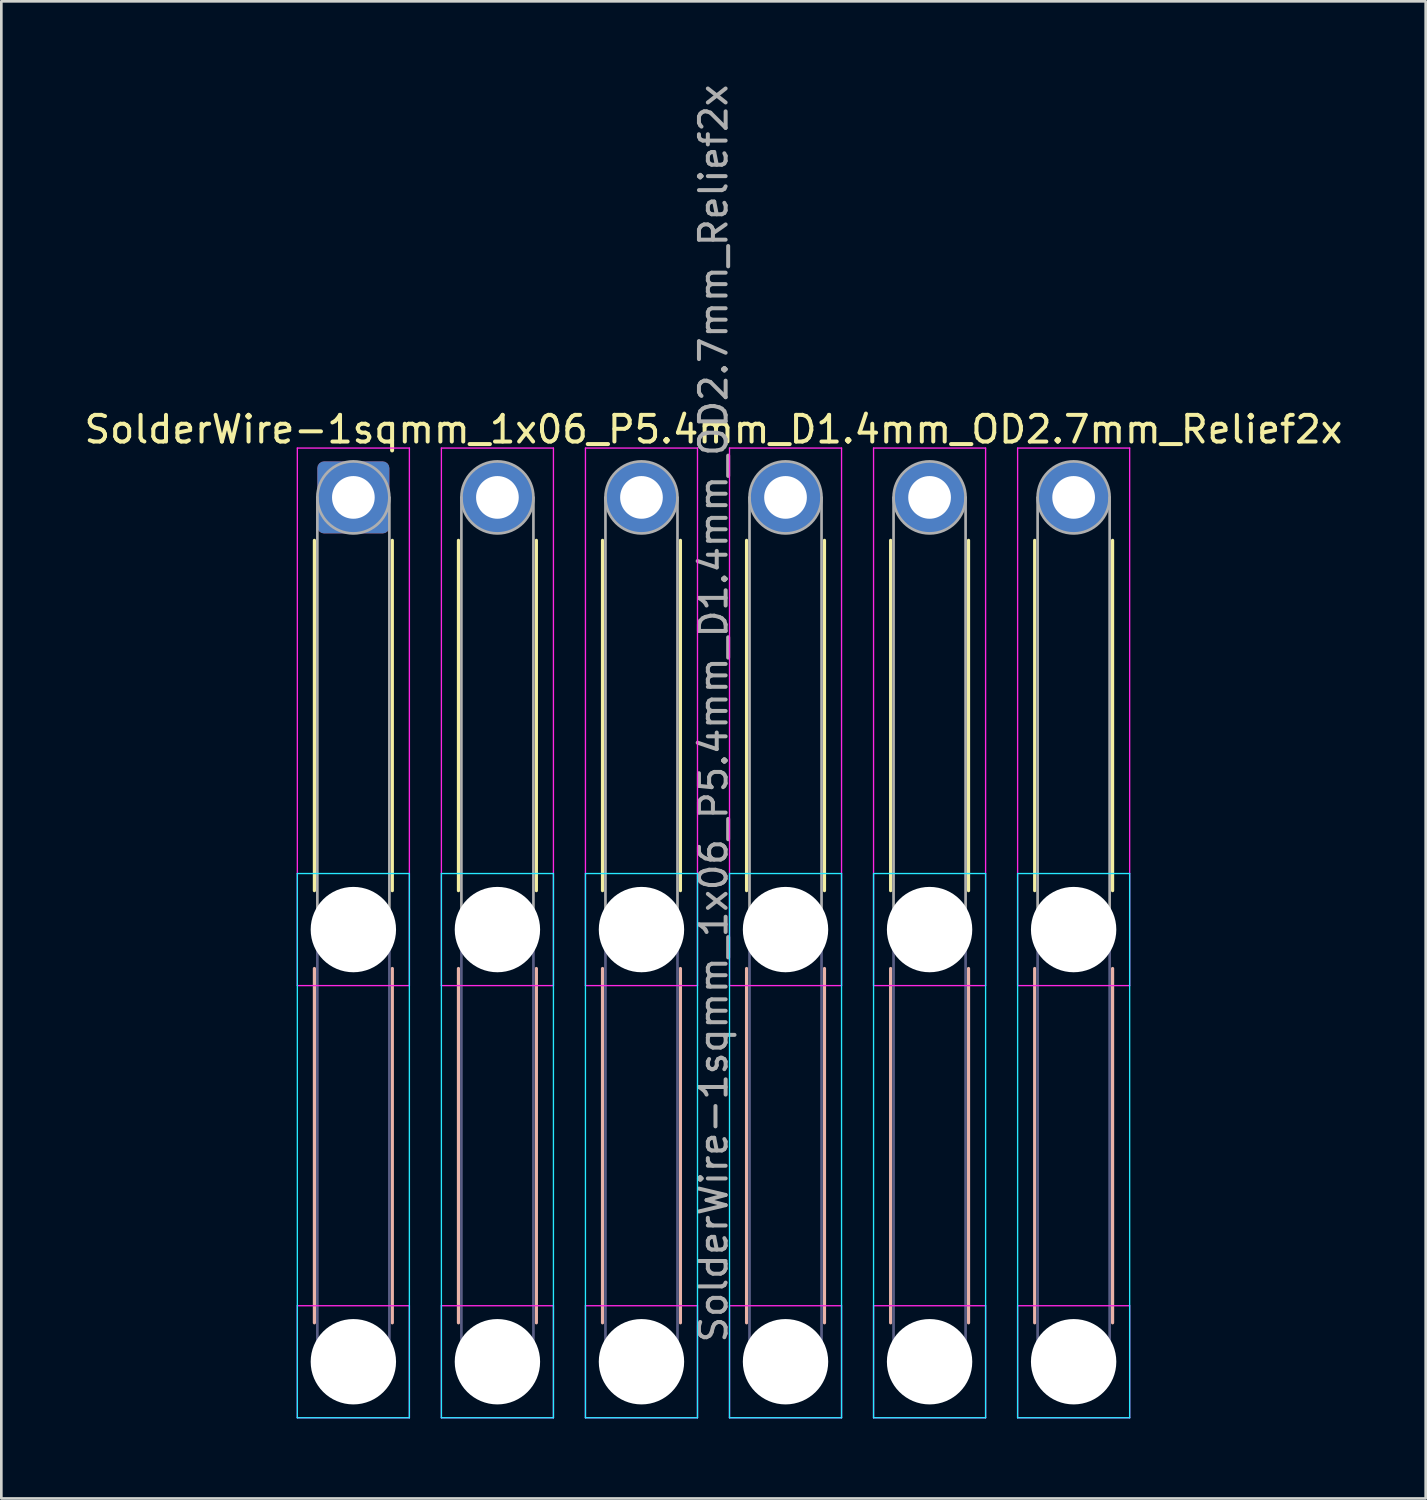
<source format=kicad_pcb>
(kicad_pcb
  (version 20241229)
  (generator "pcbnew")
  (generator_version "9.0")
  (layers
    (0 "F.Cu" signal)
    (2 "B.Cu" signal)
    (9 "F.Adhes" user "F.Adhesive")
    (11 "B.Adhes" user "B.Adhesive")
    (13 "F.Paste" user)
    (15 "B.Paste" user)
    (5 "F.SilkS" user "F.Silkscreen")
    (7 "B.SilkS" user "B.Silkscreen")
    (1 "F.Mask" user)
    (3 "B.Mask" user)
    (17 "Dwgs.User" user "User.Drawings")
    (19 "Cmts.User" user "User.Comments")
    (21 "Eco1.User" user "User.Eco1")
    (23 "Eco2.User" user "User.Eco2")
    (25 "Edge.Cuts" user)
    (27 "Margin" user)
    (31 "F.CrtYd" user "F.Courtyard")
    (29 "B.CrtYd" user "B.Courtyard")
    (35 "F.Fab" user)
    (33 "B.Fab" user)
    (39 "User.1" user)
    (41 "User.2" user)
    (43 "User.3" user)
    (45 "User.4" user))
  (footprint "SolderWire-1sqmm_1x06_P5.4mm_D1.4mm_OD2.7mm_Relief2x"
    (layer "F.Cu")
    (at 10.196 15.596)
    (property "Reference" "SolderWire-1sqmm_1x06_P5.4mm_D1.4mm_OD2.7mm_Relief2x" (at 13.5 -2.55 0) (layer "F.SilkS") (effects (font (size 1 1) (thickness 0.15))))
    (attr exclude_from_pos_files exclude_from_bom)
    (fp_line (start -1.46 1.61) (end -1.46 14.74) (stroke (width 0.12) (type solid)) (layer "F.SilkS"))
    (fp_line (start 1.46 1.61) (end 1.46 14.74) (stroke (width 0.12) (type solid)) (layer "F.SilkS"))
    (fp_line (start 3.94 1.61) (end 3.94 14.74) (stroke (width 0.12) (type solid)) (layer "F.SilkS"))
    (fp_line (start 6.86 1.61) (end 6.86 14.74) (stroke (width 0.12) (type solid)) (layer "F.SilkS"))
    (fp_line (start 9.34 1.61) (end 9.34 14.74) (stroke (width 0.12) (type solid)) (layer "F.SilkS"))
    (fp_line (start 12.26 1.61) (end 12.26 14.74) (stroke (width 0.12) (type solid)) (layer "F.SilkS"))
    (fp_line (start 14.74 1.61) (end 14.74 14.74) (stroke (width 0.12) (type solid)) (layer "F.SilkS"))
    (fp_line (start 17.66 1.61) (end 17.66 14.74) (stroke (width 0.12) (type solid)) (layer "F.SilkS"))
    (fp_line (start 20.14 1.61) (end 20.14 14.74) (stroke (width 0.12) (type solid)) (layer "F.SilkS"))
    (fp_line (start 23.06 1.61) (end 23.06 14.74) (stroke (width 0.12) (type solid)) (layer "F.SilkS"))
    (fp_line (start 25.54 1.61) (end 25.54 14.74) (stroke (width 0.12) (type solid)) (layer "F.SilkS"))
    (fp_line (start 28.46 1.61) (end 28.46 14.74) (stroke (width 0.12) (type solid)) (layer "F.SilkS"))
    (fp_line (start -1.46 17.66) (end -1.46 30.94) (stroke (width 0.12) (type solid)) (layer "B.SilkS"))
    (fp_line (start 1.46 17.66) (end 1.46 30.94) (stroke (width 0.12) (type solid)) (layer "B.SilkS"))
    (fp_line (start 3.94 17.66) (end 3.94 30.94) (stroke (width 0.12) (type solid)) (layer "B.SilkS"))
    (fp_line (start 6.86 17.66) (end 6.86 30.94) (stroke (width 0.12) (type solid)) (layer "B.SilkS"))
    (fp_line (start 9.34 17.66) (end 9.34 30.94) (stroke (width 0.12) (type solid)) (layer "B.SilkS"))
    (fp_line (start 12.26 17.66) (end 12.26 30.94) (stroke (width 0.12) (type solid)) (layer "B.SilkS"))
    (fp_line (start 14.74 17.66) (end 14.74 30.94) (stroke (width 0.12) (type solid)) (layer "B.SilkS"))
    (fp_line (start 17.66 17.66) (end 17.66 30.94) (stroke (width 0.12) (type solid)) (layer "B.SilkS"))
    (fp_line (start 20.14 17.66) (end 20.14 30.94) (stroke (width 0.12) (type solid)) (layer "B.SilkS"))
    (fp_line (start 23.06 17.66) (end 23.06 30.94) (stroke (width 0.12) (type solid)) (layer "B.SilkS"))
    (fp_line (start 25.54 17.66) (end 25.54 30.94) (stroke (width 0.12) (type solid)) (layer "B.SilkS"))
    (fp_line (start 28.46 17.66) (end 28.46 30.94) (stroke (width 0.12) (type solid)) (layer "B.SilkS"))
    (fp_line (start -2.1 14.1) (end -2.1 34.5) (stroke (width 0.05) (type solid)) (layer "B.CrtYd"))
    (fp_line (start -2.1 34.5) (end 2.1 34.5) (stroke (width 0.05) (type solid)) (layer "B.CrtYd"))
    (fp_line (start 2.1 14.1) (end -2.1 14.1) (stroke (width 0.05) (type solid)) (layer "B.CrtYd"))
    (fp_line (start 2.1 34.5) (end 2.1 14.1) (stroke (width 0.05) (type solid)) (layer "B.CrtYd"))
    (fp_line (start 3.3 14.1) (end 3.3 34.5) (stroke (width 0.05) (type solid)) (layer "B.CrtYd"))
    (fp_line (start 3.3 34.5) (end 7.5 34.5) (stroke (width 0.05) (type solid)) (layer "B.CrtYd"))
    (fp_line (start 7.5 14.1) (end 3.3 14.1) (stroke (width 0.05) (type solid)) (layer "B.CrtYd"))
    (fp_line (start 7.5 34.5) (end 7.5 14.1) (stroke (width 0.05) (type solid)) (layer "B.CrtYd"))
    (fp_line (start 8.7 14.1) (end 8.7 34.5) (stroke (width 0.05) (type solid)) (layer "B.CrtYd"))
    (fp_line (start 8.7 34.5) (end 12.9 34.5) (stroke (width 0.05) (type solid)) (layer "B.CrtYd"))
    (fp_line (start 12.9 14.1) (end 8.7 14.1) (stroke (width 0.05) (type solid)) (layer "B.CrtYd"))
    (fp_line (start 12.9 34.5) (end 12.9 14.1) (stroke (width 0.05) (type solid)) (layer "B.CrtYd"))
    (fp_line (start 14.1 14.1) (end 14.1 34.5) (stroke (width 0.05) (type solid)) (layer "B.CrtYd"))
    (fp_line (start 14.1 34.5) (end 18.3 34.5) (stroke (width 0.05) (type solid)) (layer "B.CrtYd"))
    (fp_line (start 18.3 14.1) (end 14.1 14.1) (stroke (width 0.05) (type solid)) (layer "B.CrtYd"))
    (fp_line (start 18.3 34.5) (end 18.3 14.1) (stroke (width 0.05) (type solid)) (layer "B.CrtYd"))
    (fp_line (start 19.5 14.1) (end 19.5 34.5) (stroke (width 0.05) (type solid)) (layer "B.CrtYd"))
    (fp_line (start 19.5 34.5) (end 23.7 34.5) (stroke (width 0.05) (type solid)) (layer "B.CrtYd"))
    (fp_line (start 23.7 14.1) (end 19.5 14.1) (stroke (width 0.05) (type solid)) (layer "B.CrtYd"))
    (fp_line (start 23.7 34.5) (end 23.7 14.1) (stroke (width 0.05) (type solid)) (layer "B.CrtYd"))
    (fp_line (start 24.9 14.1) (end 24.9 34.5) (stroke (width 0.05) (type solid)) (layer "B.CrtYd"))
    (fp_line (start 24.9 34.5) (end 29.1 34.5) (stroke (width 0.05) (type solid)) (layer "B.CrtYd"))
    (fp_line (start 29.1 14.1) (end 24.9 14.1) (stroke (width 0.05) (type solid)) (layer "B.CrtYd"))
    (fp_line (start 29.1 34.5) (end 29.1 14.1) (stroke (width 0.05) (type solid)) (layer "B.CrtYd"))
    (fp_line (start -2.1 -1.85) (end -2.1 18.3) (stroke (width 0.05) (type solid)) (layer "F.CrtYd"))
    (fp_line (start -2.1 18.3) (end 2.1 18.3) (stroke (width 0.05) (type solid)) (layer "F.CrtYd"))
    (fp_line (start -2.1 30.3) (end -2.1 34.5) (stroke (width 0.05) (type solid)) (layer "F.CrtYd"))
    (fp_line (start -2.1 34.5) (end 2.1 34.5) (stroke (width 0.05) (type solid)) (layer "F.CrtYd"))
    (fp_line (start 2.1 -1.85) (end -2.1 -1.85) (stroke (width 0.05) (type solid)) (layer "F.CrtYd"))
    (fp_line (start 2.1 18.3) (end 2.1 -1.85) (stroke (width 0.05) (type solid)) (layer "F.CrtYd"))
    (fp_line (start 2.1 30.3) (end -2.1 30.3) (stroke (width 0.05) (type solid)) (layer "F.CrtYd"))
    (fp_line (start 2.1 34.5) (end 2.1 30.3) (stroke (width 0.05) (type solid)) (layer "F.CrtYd"))
    (fp_line (start 3.3 -1.85) (end 3.3 18.3) (stroke (width 0.05) (type solid)) (layer "F.CrtYd"))
    (fp_line (start 3.3 18.3) (end 7.5 18.3) (stroke (width 0.05) (type solid)) (layer "F.CrtYd"))
    (fp_line (start 3.3 30.3) (end 3.3 34.5) (stroke (width 0.05) (type solid)) (layer "F.CrtYd"))
    (fp_line (start 3.3 34.5) (end 7.5 34.5) (stroke (width 0.05) (type solid)) (layer "F.CrtYd"))
    (fp_line (start 7.5 -1.85) (end 3.3 -1.85) (stroke (width 0.05) (type solid)) (layer "F.CrtYd"))
    (fp_line (start 7.5 18.3) (end 7.5 -1.85) (stroke (width 0.05) (type solid)) (layer "F.CrtYd"))
    (fp_line (start 7.5 30.3) (end 3.3 30.3) (stroke (width 0.05) (type solid)) (layer "F.CrtYd"))
    (fp_line (start 7.5 34.5) (end 7.5 30.3) (stroke (width 0.05) (type solid)) (layer "F.CrtYd"))
    (fp_line (start 8.7 -1.85) (end 8.7 18.3) (stroke (width 0.05) (type solid)) (layer "F.CrtYd"))
    (fp_line (start 8.7 18.3) (end 12.9 18.3) (stroke (width 0.05) (type solid)) (layer "F.CrtYd"))
    (fp_line (start 8.7 30.3) (end 8.7 34.5) (stroke (width 0.05) (type solid)) (layer "F.CrtYd"))
    (fp_line (start 8.7 34.5) (end 12.9 34.5) (stroke (width 0.05) (type solid)) (layer "F.CrtYd"))
    (fp_line (start 12.9 -1.85) (end 8.7 -1.85) (stroke (width 0.05) (type solid)) (layer "F.CrtYd"))
    (fp_line (start 12.9 18.3) (end 12.9 -1.85) (stroke (width 0.05) (type solid)) (layer "F.CrtYd"))
    (fp_line (start 12.9 30.3) (end 8.7 30.3) (stroke (width 0.05) (type solid)) (layer "F.CrtYd"))
    (fp_line (start 12.9 34.5) (end 12.9 30.3) (stroke (width 0.05) (type solid)) (layer "F.CrtYd"))
    (fp_line (start 14.1 -1.85) (end 14.1 18.3) (stroke (width 0.05) (type solid)) (layer "F.CrtYd"))
    (fp_line (start 14.1 18.3) (end 18.3 18.3) (stroke (width 0.05) (type solid)) (layer "F.CrtYd"))
    (fp_line (start 14.1 30.3) (end 14.1 34.5) (stroke (width 0.05) (type solid)) (layer "F.CrtYd"))
    (fp_line (start 14.1 34.5) (end 18.3 34.5) (stroke (width 0.05) (type solid)) (layer "F.CrtYd"))
    (fp_line (start 18.3 -1.85) (end 14.1 -1.85) (stroke (width 0.05) (type solid)) (layer "F.CrtYd"))
    (fp_line (start 18.3 18.3) (end 18.3 -1.85) (stroke (width 0.05) (type solid)) (layer "F.CrtYd"))
    (fp_line (start 18.3 30.3) (end 14.1 30.3) (stroke (width 0.05) (type solid)) (layer "F.CrtYd"))
    (fp_line (start 18.3 34.5) (end 18.3 30.3) (stroke (width 0.05) (type solid)) (layer "F.CrtYd"))
    (fp_line (start 19.5 -1.85) (end 19.5 18.3) (stroke (width 0.05) (type solid)) (layer "F.CrtYd"))
    (fp_line (start 19.5 18.3) (end 23.7 18.3) (stroke (width 0.05) (type solid)) (layer "F.CrtYd"))
    (fp_line (start 19.5 30.3) (end 19.5 34.5) (stroke (width 0.05) (type solid)) (layer "F.CrtYd"))
    (fp_line (start 19.5 34.5) (end 23.7 34.5) (stroke (width 0.05) (type solid)) (layer "F.CrtYd"))
    (fp_line (start 23.7 -1.85) (end 19.5 -1.85) (stroke (width 0.05) (type solid)) (layer "F.CrtYd"))
    (fp_line (start 23.7 18.3) (end 23.7 -1.85) (stroke (width 0.05) (type solid)) (layer "F.CrtYd"))
    (fp_line (start 23.7 30.3) (end 19.5 30.3) (stroke (width 0.05) (type solid)) (layer "F.CrtYd"))
    (fp_line (start 23.7 34.5) (end 23.7 30.3) (stroke (width 0.05) (type solid)) (layer "F.CrtYd"))
    (fp_line (start 24.9 -1.85) (end 24.9 18.3) (stroke (width 0.05) (type solid)) (layer "F.CrtYd"))
    (fp_line (start 24.9 18.3) (end 29.1 18.3) (stroke (width 0.05) (type solid)) (layer "F.CrtYd"))
    (fp_line (start 24.9 30.3) (end 24.9 34.5) (stroke (width 0.05) (type solid)) (layer "F.CrtYd"))
    (fp_line (start 24.9 34.5) (end 29.1 34.5) (stroke (width 0.05) (type solid)) (layer "F.CrtYd"))
    (fp_line (start 29.1 -1.85) (end 24.9 -1.85) (stroke (width 0.05) (type solid)) (layer "F.CrtYd"))
    (fp_line (start 29.1 18.3) (end 29.1 -1.85) (stroke (width 0.05) (type solid)) (layer "F.CrtYd"))
    (fp_line (start 29.1 30.3) (end 24.9 30.3) (stroke (width 0.05) (type solid)) (layer "F.CrtYd"))
    (fp_line (start 29.1 34.5) (end 29.1 30.3) (stroke (width 0.05) (type solid)) (layer "F.CrtYd"))
    (fp_line (start -1.35 16.2) (end -1.35 32.4) (stroke (width 0.1) (type solid)) (layer "B.Fab"))
    (fp_line (start 1.35 16.2) (end 1.35 32.4) (stroke (width 0.1) (type solid)) (layer "B.Fab"))
    (fp_line (start 4.05 16.2) (end 4.05 32.4) (stroke (width 0.1) (type solid)) (layer "B.Fab"))
    (fp_line (start 6.75 16.2) (end 6.75 32.4) (stroke (width 0.1) (type solid)) (layer "B.Fab"))
    (fp_line (start 9.45 16.2) (end 9.45 32.4) (stroke (width 0.1) (type solid)) (layer "B.Fab"))
    (fp_line (start 12.15 16.2) (end 12.15 32.4) (stroke (width 0.1) (type solid)) (layer "B.Fab"))
    (fp_line (start 14.85 16.2) (end 14.85 32.4) (stroke (width 0.1) (type solid)) (layer "B.Fab"))
    (fp_line (start 17.55 16.2) (end 17.55 32.4) (stroke (width 0.1) (type solid)) (layer "B.Fab"))
    (fp_line (start 20.25 16.2) (end 20.25 32.4) (stroke (width 0.1) (type solid)) (layer "B.Fab"))
    (fp_line (start 22.95 16.2) (end 22.95 32.4) (stroke (width 0.1) (type solid)) (layer "B.Fab"))
    (fp_line (start 25.65 16.2) (end 25.65 32.4) (stroke (width 0.1) (type solid)) (layer "B.Fab"))
    (fp_line (start 28.35 16.2) (end 28.35 32.4) (stroke (width 0.1) (type solid)) (layer "B.Fab"))
    (fp_circle (center 0 16.2) (end 1.35 16.2) (stroke (width 0.1) (type solid)) (fill no) (layer "B.Fab"))
    (fp_circle (center 0 32.4) (end 1.35 32.4) (stroke (width 0.1) (type solid)) (fill no) (layer "B.Fab"))
    (fp_circle (center 5.4 16.2) (end 6.75 16.2) (stroke (width 0.1) (type solid)) (fill no) (layer "B.Fab"))
    (fp_circle (center 5.4 32.4) (end 6.75 32.4) (stroke (width 0.1) (type solid)) (fill no) (layer "B.Fab"))
    (fp_circle (center 10.8 16.2) (end 12.15 16.2) (stroke (width 0.1) (type solid)) (fill no) (layer "B.Fab"))
    (fp_circle (center 10.8 32.4) (end 12.15 32.4) (stroke (width 0.1) (type solid)) (fill no) (layer "B.Fab"))
    (fp_circle (center 16.2 16.2) (end 17.55 16.2) (stroke (width 0.1) (type solid)) (fill no) (layer "B.Fab"))
    (fp_circle (center 16.2 32.4) (end 17.55 32.4) (stroke (width 0.1) (type solid)) (fill no) (layer "B.Fab"))
    (fp_circle (center 21.6 16.2) (end 22.95 16.2) (stroke (width 0.1) (type solid)) (fill no) (layer "B.Fab"))
    (fp_circle (center 21.6 32.4) (end 22.95 32.4) (stroke (width 0.1) (type solid)) (fill no) (layer "B.Fab"))
    (fp_circle (center 27 16.2) (end 28.35 16.2) (stroke (width 0.1) (type solid)) (fill no) (layer "B.Fab"))
    (fp_circle (center 27 32.4) (end 28.35 32.4) (stroke (width 0.1) (type solid)) (fill no) (layer "B.Fab"))
    (fp_line (start -1.35 0) (end -1.35 16.2) (stroke (width 0.1) (type solid)) (layer "F.Fab"))
    (fp_line (start 1.35 0) (end 1.35 16.2) (stroke (width 0.1) (type solid)) (layer "F.Fab"))
    (fp_line (start 4.05 0) (end 4.05 16.2) (stroke (width 0.1) (type solid)) (layer "F.Fab"))
    (fp_line (start 6.75 0) (end 6.75 16.2) (stroke (width 0.1) (type solid)) (layer "F.Fab"))
    (fp_line (start 9.45 0) (end 9.45 16.2) (stroke (width 0.1) (type solid)) (layer "F.Fab"))
    (fp_line (start 12.15 0) (end 12.15 16.2) (stroke (width 0.1) (type solid)) (layer "F.Fab"))
    (fp_line (start 14.85 0) (end 14.85 16.2) (stroke (width 0.1) (type solid)) (layer "F.Fab"))
    (fp_line (start 17.55 0) (end 17.55 16.2) (stroke (width 0.1) (type solid)) (layer "F.Fab"))
    (fp_line (start 20.25 0) (end 20.25 16.2) (stroke (width 0.1) (type solid)) (layer "F.Fab"))
    (fp_line (start 22.95 0) (end 22.95 16.2) (stroke (width 0.1) (type solid)) (layer "F.Fab"))
    (fp_line (start 25.65 0) (end 25.65 16.2) (stroke (width 0.1) (type solid)) (layer "F.Fab"))
    (fp_line (start 28.35 0) (end 28.35 16.2) (stroke (width 0.1) (type solid)) (layer "F.Fab"))
    (fp_circle (center 0 0) (end 1.35 0) (stroke (width 0.1) (type solid)) (fill no) (layer "F.Fab"))
    (fp_circle (center 0 16.2) (end 1.35 16.2) (stroke (width 0.1) (type solid)) (fill no) (layer "F.Fab"))
    (fp_circle (center 0 32.4) (end 1.35 32.4) (stroke (width 0.1) (type solid)) (fill no) (layer "F.Fab"))
    (fp_circle (center 5.4 0) (end 6.75 0) (stroke (width 0.1) (type solid)) (fill no) (layer "F.Fab"))
    (fp_circle (center 5.4 16.2) (end 6.75 16.2) (stroke (width 0.1) (type solid)) (fill no) (layer "F.Fab"))
    (fp_circle (center 5.4 32.4) (end 6.75 32.4) (stroke (width 0.1) (type solid)) (fill no) (layer "F.Fab"))
    (fp_circle (center 10.8 0) (end 12.15 0) (stroke (width 0.1) (type solid)) (fill no) (layer "F.Fab"))
    (fp_circle (center 10.8 16.2) (end 12.15 16.2) (stroke (width 0.1) (type solid)) (fill no) (layer "F.Fab"))
    (fp_circle (center 10.8 32.4) (end 12.15 32.4) (stroke (width 0.1) (type solid)) (fill no) (layer "F.Fab"))
    (fp_circle (center 16.2 0) (end 17.55 0) (stroke (width 0.1) (type solid)) (fill no) (layer "F.Fab"))
    (fp_circle (center 16.2 16.2) (end 17.55 16.2) (stroke (width 0.1) (type solid)) (fill no) (layer "F.Fab"))
    (fp_circle (center 16.2 32.4) (end 17.55 32.4) (stroke (width 0.1) (type solid)) (fill no) (layer "F.Fab"))
    (fp_circle (center 21.6 0) (end 22.95 0) (stroke (width 0.1) (type solid)) (fill no) (layer "F.Fab"))
    (fp_circle (center 21.6 16.2) (end 22.95 16.2) (stroke (width 0.1) (type solid)) (fill no) (layer "F.Fab"))
    (fp_circle (center 21.6 32.4) (end 22.95 32.4) (stroke (width 0.1) (type solid)) (fill no) (layer "F.Fab"))
    (fp_circle (center 27 0) (end 28.35 0) (stroke (width 0.1) (type solid)) (fill no) (layer "F.Fab"))
    (fp_circle (center 27 16.2) (end 28.35 16.2) (stroke (width 0.1) (type solid)) (fill no) (layer "F.Fab"))
    (fp_circle (center 27 32.4) (end 28.35 32.4) (stroke (width 0.1) (type solid)) (fill no) (layer "F.Fab"))
    (fp_text user "${REFERENCE}" (at 13.5 8.1 90) (layer "F.Fab") (effects (font (size 1 1) (thickness 0.15))))
    (pad "" np_thru_hole circle (at 0 16.2) (size 3.2 3.2) (drill 3.2) (layers "*.Cu" "*.Mask"))
    (pad "" np_thru_hole circle (at 0 32.4) (size 3.2 3.2) (drill 3.2) (layers "*.Cu" "*.Mask"))
    (pad "" np_thru_hole circle (at 5.4 16.2) (size 3.2 3.2) (drill 3.2) (layers "*.Cu" "*.Mask"))
    (pad "" np_thru_hole circle (at 5.4 32.4) (size 3.2 3.2) (drill 3.2) (layers "*.Cu" "*.Mask"))
    (pad "" np_thru_hole circle (at 10.8 16.2) (size 3.2 3.2) (drill 3.2) (layers "*.Cu" "*.Mask"))
    (pad "" np_thru_hole circle (at 10.8 32.4) (size 3.2 3.2) (drill 3.2) (layers "*.Cu" "*.Mask"))
    (pad "" np_thru_hole circle (at 16.2 16.2) (size 3.2 3.2) (drill 3.2) (layers "*.Cu" "*.Mask"))
    (pad "" np_thru_hole circle (at 16.2 32.4) (size 3.2 3.2) (drill 3.2) (layers "*.Cu" "*.Mask"))
    (pad "" np_thru_hole circle (at 21.6 16.2) (size 3.2 3.2) (drill 3.2) (layers "*.Cu" "*.Mask"))
    (pad "" np_thru_hole circle (at 21.6 32.4) (size 3.2 3.2) (drill 3.2) (layers "*.Cu" "*.Mask"))
    (pad "" np_thru_hole circle (at 27 16.2) (size 3.2 3.2) (drill 3.2) (layers "*.Cu" "*.Mask"))
    (pad "" np_thru_hole circle (at 27 32.4) (size 3.2 3.2) (drill 3.2) (layers "*.Cu" "*.Mask"))
    (pad "1" thru_hole roundrect (at 0 0) (size 2.7 2.7) (drill 1.6) (layers "*.Cu" "*.Mask") (roundrect_rratio 0.093))
    (pad "2" thru_hole circle (at 5.4 0) (size 2.7 2.7) (drill 1.6) (layers "*.Cu" "*.Mask"))
    (pad "3" thru_hole circle (at 10.8 0) (size 2.7 2.7) (drill 1.6) (layers "*.Cu" "*.Mask"))
    (pad "4" thru_hole circle (at 16.2 0) (size 2.7 2.7) (drill 1.6) (layers "*.Cu" "*.Mask"))
    (pad "5" thru_hole circle (at 21.6 0) (size 2.7 2.7) (drill 1.6) (layers "*.Cu" "*.Mask"))
    (pad "6" thru_hole circle (at 27 0) (size 2.7 2.7) (drill 1.6) (layers "*.Cu" "*.Mask")))
  (gr_rect
    (start -3 -3)
    (end 50.393 53.121)
    (stroke (width 0.1) (type default))
    (fill no)
    (layer "Edge.Cuts")))
</source>
